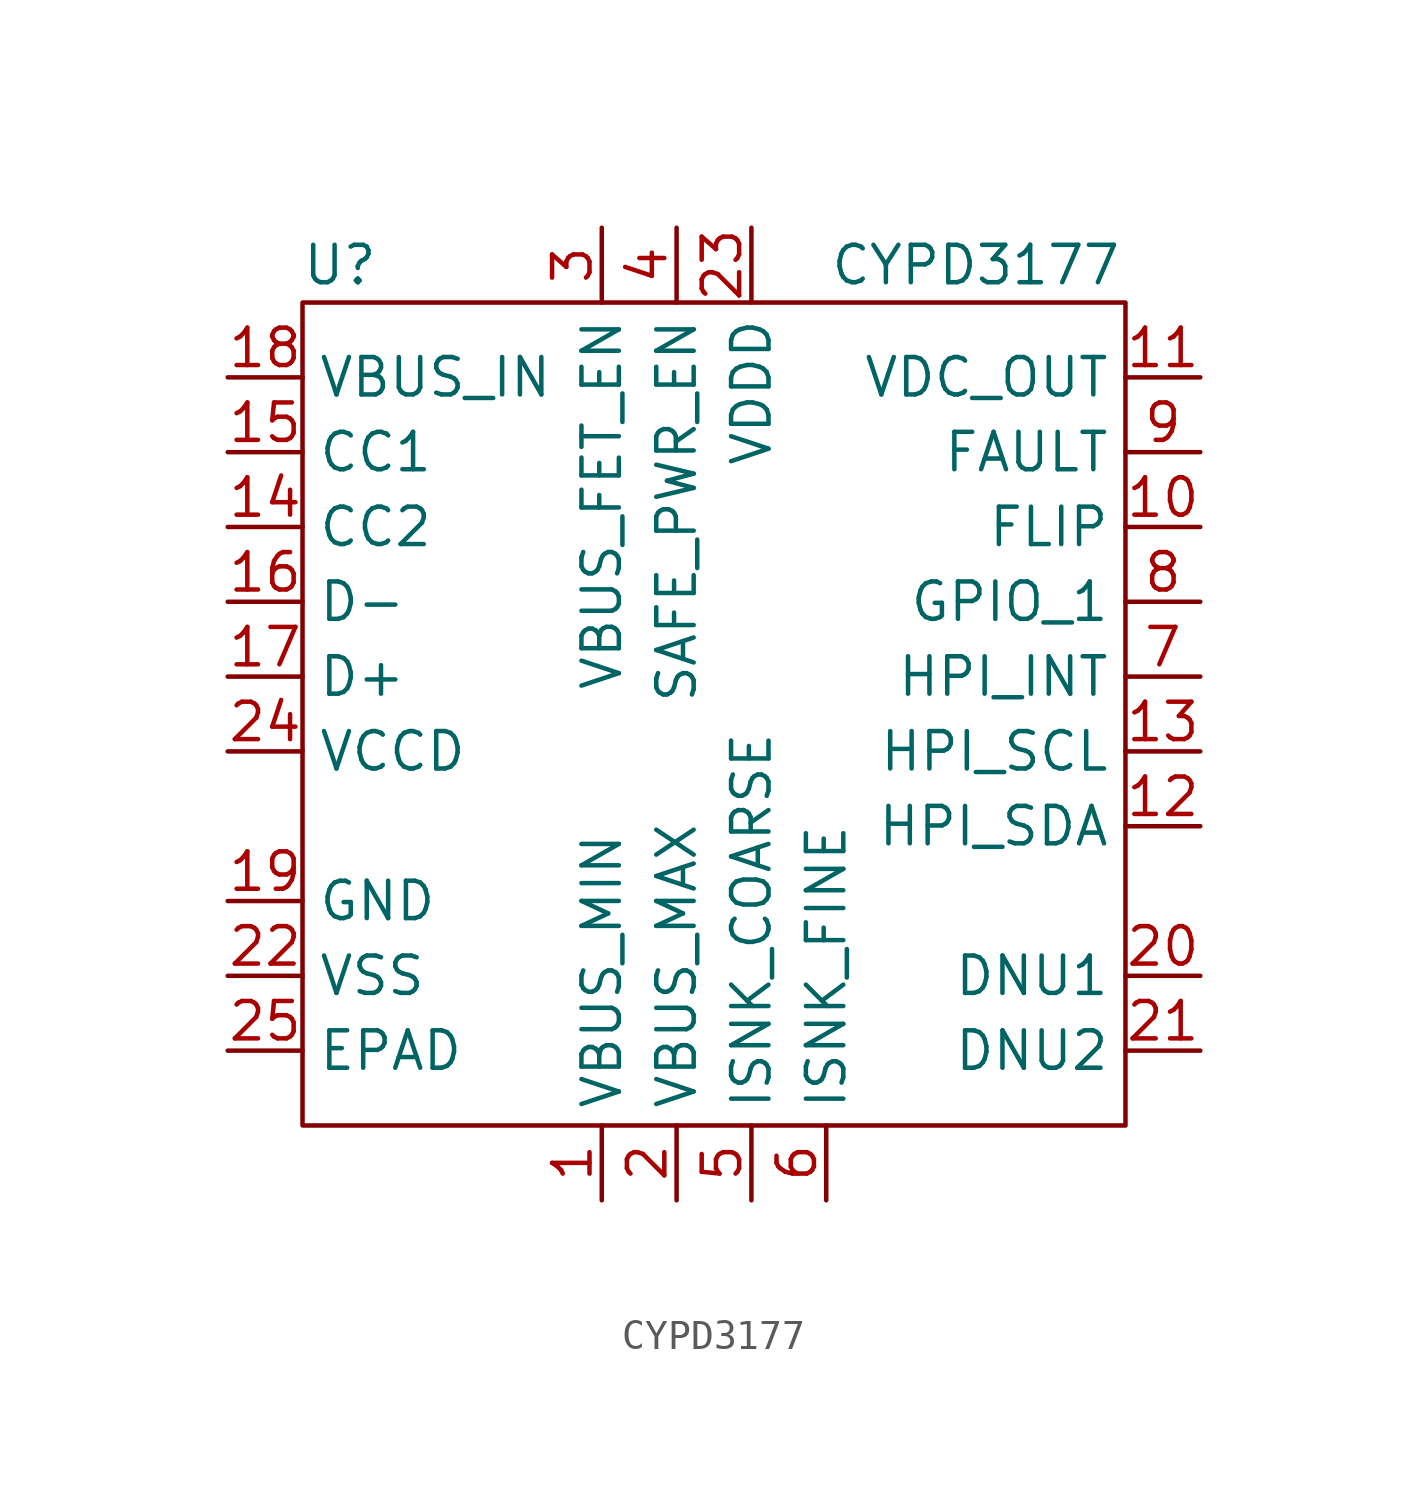
<source format=kicad_sym>
(kicad_symbol_lib
  (version 20220914)
  (generator kicad_symbol_editor)
  (symbol "CYPD3177"
    (property "Reference" "U"
      (at -12.7 15.24 0)
      (effects (font (size 1.27 1.27))))
    (property "Value" "CYPD3177"
      (at 8.89 15.24 0)
      (effects (font (size 1.27 1.27))))
    (symbol "CYPD3177_0_1"
      (rectangle (start -13.97 13.97) (end 13.97 -13.97) (stroke (width 0) (type default)) (fill (type none))))
    (symbol "CYPD3177_1_1"
      (pin input line (at -3.81 -16.51 90) (length 2.54) (name "VBUS_MIN" (effects (font (size 1.27 1.27)))) (number "1" (effects (font (size 1.27 1.27)))))
      (pin input line (at 16.51 6.35 180) (length 2.54) (name "FLIP" (effects (font (size 1.27 1.27)))) (number "10" (effects (font (size 1.27 1.27)))))
      (pin input line (at 16.51 11.43 180) (length 2.54) (name "VDC_OUT" (effects (font (size 1.27 1.27)))) (number "11" (effects (font (size 1.27 1.27)))))
      (pin input line (at 16.51 -3.81 180) (length 2.54) (name "HPI_SDA" (effects (font (size 1.27 1.27)))) (number "12" (effects (font (size 1.27 1.27)))))
      (pin input line (at 16.51 -1.27 180) (length 2.54) (name "HPI_SCL" (effects (font (size 1.27 1.27)))) (number "13" (effects (font (size 1.27 1.27)))))
      (pin input line (at -16.51 6.35 0) (length 2.54) (name "CC2" (effects (font (size 1.27 1.27)))) (number "14" (effects (font (size 1.27 1.27)))))
      (pin input line (at -16.51 8.89 0) (length 2.54) (name "CC1" (effects (font (size 1.27 1.27)))) (number "15" (effects (font (size 1.27 1.27)))))
      (pin input line (at -16.51 3.81 0) (length 2.54) (name "D-" (effects (font (size 1.27 1.27)))) (number "16" (effects (font (size 1.27 1.27)))))
      (pin input line (at -16.51 1.27 0) (length 2.54) (name "D+" (effects (font (size 1.27 1.27)))) (number "17" (effects (font (size 1.27 1.27)))))
      (pin input line (at -16.51 11.43 0) (length 2.54) (name "VBUS_IN" (effects (font (size 1.27 1.27)))) (number "18" (effects (font (size 1.27 1.27)))))
      (pin input line (at -16.51 -6.35 0) (length 2.54) (name "GND" (effects (font (size 1.27 1.27)))) (number "19" (effects (font (size 1.27 1.27)))))
      (pin input line (at -1.27 -16.51 90) (length 2.54) (name "VBUS_MAX" (effects (font (size 1.27 1.27)))) (number "2" (effects (font (size 1.27 1.27)))))
      (pin input line (at 16.51 -8.89 180) (length 2.54) (name "DNU1" (effects (font (size 1.27 1.27)))) (number "20" (effects (font (size 1.27 1.27)))))
      (pin input line (at 16.51 -11.43 180) (length 2.54) (name "DNU2" (effects (font (size 1.27 1.27)))) (number "21" (effects (font (size 1.27 1.27)))))
      (pin input line (at -16.51 -8.89 0) (length 2.54) (name "VSS" (effects (font (size 1.27 1.27)))) (number "22" (effects (font (size 1.27 1.27)))))
      (pin input line (at 1.27 16.51 270) (length 2.54) (name "VDDD" (effects (font (size 1.27 1.27)))) (number "23" (effects (font (size 1.27 1.27)))))
      (pin input line (at -16.51 -1.27 0) (length 2.54) (name "VCCD" (effects (font (size 1.27 1.27)))) (number "24" (effects (font (size 1.27 1.27)))))
      (pin input line (at -16.51 -11.43 0) (length 2.54) (name "EPAD" (effects (font (size 1.27 1.27)))) (number "25" (effects (font (size 1.27 1.27)))))
      (pin input line (at -3.81 16.51 270) (length 2.54) (name "VBUS_FET_EN" (effects (font (size 1.27 1.27)))) (number "3" (effects (font (size 1.27 1.27)))))
      (pin input line (at -1.27 16.51 270) (length 2.54) (name "SAFE_PWR_EN" (effects (font (size 1.27 1.27)))) (number "4" (effects (font (size 1.27 1.27)))))
      (pin input line (at 1.27 -16.51 90) (length 2.54) (name "ISNK_COARSE" (effects (font (size 1.27 1.27)))) (number "5" (effects (font (size 1.27 1.27)))))
      (pin input line (at 3.81 -16.51 90) (length 2.54) (name "ISNK_FINE" (effects (font (size 1.27 1.27)))) (number "6" (effects (font (size 1.27 1.27)))))
      (pin input line (at 16.51 1.27 180) (length 2.54) (name "HPI_INT" (effects (font (size 1.27 1.27)))) (number "7" (effects (font (size 1.27 1.27)))))
      (pin input line (at 16.51 3.81 180) (length 2.54) (name "GPIO_1" (effects (font (size 1.27 1.27)))) (number "8" (effects (font (size 1.27 1.27)))))
      (pin input line (at 16.51 8.89 180) (length 2.54) (name "FAULT" (effects (font (size 1.27 1.27)))) (number "9" (effects (font (size 1.27 1.27))))))))
</source>
